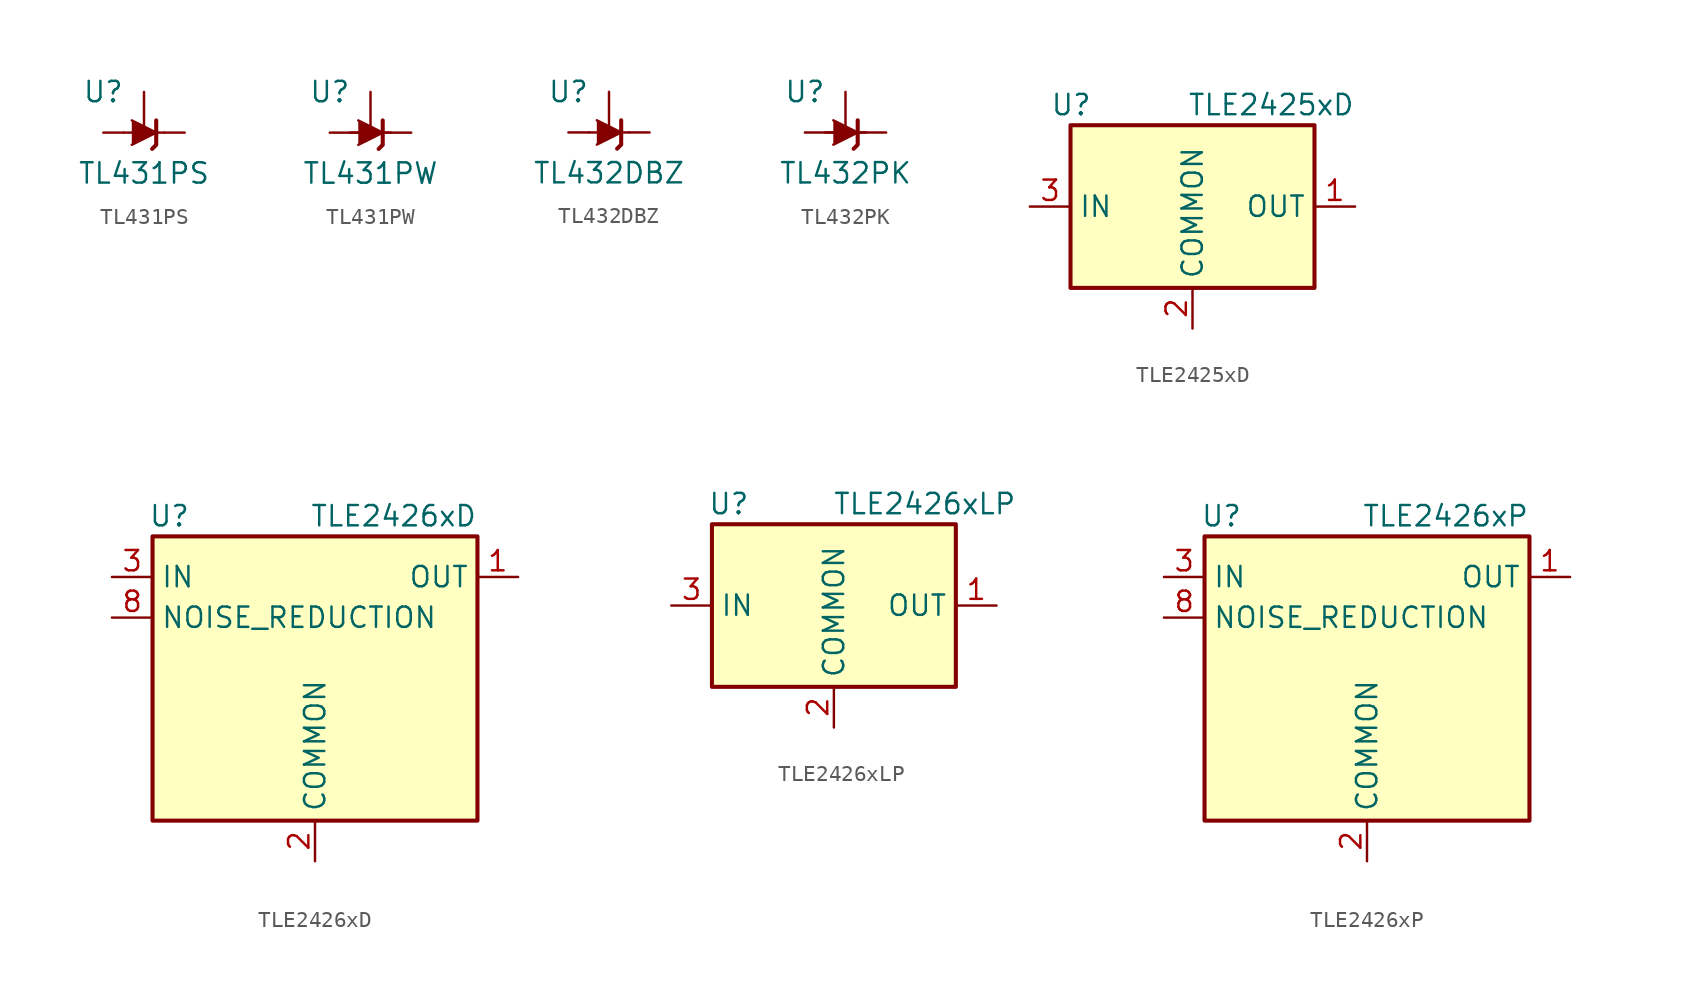
<source format=kicad_sym>
(kicad_symbol_lib
  (version 20201005)
  (generator kicad_symbol_editor)
  (symbol "Reference_Voltage:TL431PS"
    (pin_numbers hide)
    (pin_names hide)
    (property "Reference" "U"
      (at -2.54 2.54 0)
      (effects (font (size 1.27 1.27))))
    (property "Value" "TL431PS"
      (at 0 -2.54 0)
      (effects (font (size 1.27 1.27))))
    (symbol "TL431PS_0_1"
      (polyline (pts (xy -1.27 0) (xy 0 0) (xy 1.27 0)) (stroke (width 0)) (fill (type none)))
      (polyline (pts (xy -0.762 0.762) (xy 0.762 0) (xy -0.762 -0.762)) (stroke (width 0)) (fill (type outline)))
      (polyline (pts (xy 0.508 -1.016) (xy 0.762 -0.762) (xy 0.762 0.762) (xy 0.762 0.762)) (stroke (width 0.254)) (fill (type none))))
    (symbol "TL431PS_1_1"
      (pin passive line (at 2.54 0 180) (length 1.27) (name "K" (effects (font (size 1.27 1.27)))) (number "1" (effects (font (size 1.27 1.27)))))
      (pin passive line (at -2.54 0 0) (length 1.27) (name "A" (effects (font (size 1.27 1.27)))) (number "6" (effects (font (size 1.27 1.27)))))
      (pin passive line (at 0 2.54 270) (length 2.54) (name "REF" (effects (font (size 1.27 1.27)))) (number "8" (effects (font (size 1.27 1.27)))))))
  (symbol "Reference_Voltage:TL431PW"
    (pin_numbers hide)
    (pin_names hide)
    (property "Reference" "U"
      (at -2.54 2.54 0)
      (effects (font (size 1.27 1.27))))
    (property "Value" "TL431PW"
      (at 0 -2.54 0)
      (effects (font (size 1.27 1.27))))
    (symbol "TL431PW_0_1"
      (polyline (pts (xy -1.27 0) (xy 0 0) (xy 1.27 0)) (stroke (width 0)) (fill (type none)))
      (polyline (pts (xy -0.762 0.762) (xy 0.762 0) (xy -0.762 -0.762)) (stroke (width 0)) (fill (type outline)))
      (polyline (pts (xy 0.508 -1.016) (xy 0.762 -0.762) (xy 0.762 0.762) (xy 0.762 0.762)) (stroke (width 0.254)) (fill (type none))))
    (symbol "TL431PW_1_1"
      (pin passive line (at 2.54 0 180) (length 2.54) (name "K" (effects (font (size 1.27 1.27)))) (number "1" (effects (font (size 1.27 1.27)))))
      (pin passive line (at -2.54 0 0) (length 2.54) (name "A" (effects (font (size 1.27 1.27)))) (number "6" (effects (font (size 1.27 1.27)))))
      (pin passive line (at 0 2.54 270) (length 2.54) (name "REF" (effects (font (size 1.27 1.27)))) (number "8" (effects (font (size 1.27 1.27)))))))
  (symbol "Reference_Voltage:TL432DBZ"
    (pin_numbers hide)
    (pin_names hide)
    (property "Reference" "U"
      (at -2.54 2.54 0)
      (effects (font (size 1.27 1.27))))
    (property "Value" "TL432DBZ"
      (at 0 -2.54 0)
      (effects (font (size 1.27 1.27))))
    (symbol "TL432DBZ_0_1"
      (polyline (pts (xy -1.27 0) (xy 0 0) (xy 1.27 0)) (stroke (width 0)) (fill (type none)))
      (polyline (pts (xy -0.762 0.762) (xy 0.762 0) (xy -0.762 -0.762)) (stroke (width 0)) (fill (type outline)))
      (polyline (pts (xy 0.508 -1.016) (xy 0.762 -0.762) (xy 0.762 0.762) (xy 0.762 0.762)) (stroke (width 0.254)) (fill (type none))))
    (symbol "TL432DBZ_1_1"
      (pin passive line (at 0 2.54 270) (length 2.54) (name "REF" (effects (font (size 1.27 1.27)))) (number "1" (effects (font (size 1.27 1.27)))))
      (pin passive line (at 2.54 0 180) (length 1.27) (name "K" (effects (font (size 1.27 1.27)))) (number "2" (effects (font (size 1.27 1.27)))))
      (pin passive line (at -2.54 0 0) (length 1.27) (name "A" (effects (font (size 1.27 1.27)))) (number "3" (effects (font (size 1.27 1.27)))))))
  (symbol "Reference_Voltage:TL432PK"
    (pin_numbers hide)
    (pin_names hide)
    (property "Reference" "U"
      (at -2.54 2.54 0)
      (effects (font (size 1.27 1.27))))
    (property "Value" "TL432PK"
      (at 0 -2.54 0)
      (effects (font (size 1.27 1.27))))
    (symbol "TL432PK_0_1"
      (polyline (pts (xy -1.27 0) (xy 0 0) (xy 1.27 0)) (stroke (width 0)) (fill (type none)))
      (polyline (pts (xy -0.762 0.762) (xy 0.762 0) (xy -0.762 -0.762)) (stroke (width 0)) (fill (type outline)))
      (polyline (pts (xy 0.508 -1.016) (xy 0.762 -0.762) (xy 0.762 0.762) (xy 0.762 0.762)) (stroke (width 0.254)) (fill (type none))))
    (symbol "TL432PK_1_1"
      (pin passive line (at 2.54 0 180) (length 2.54) (name "K" (effects (font (size 1.27 1.27)))) (number "1" (effects (font (size 1.27 1.27)))))
      (pin passive line (at -2.54 0 0) (length 2.54) (name "A" (effects (font (size 1.27 1.27)))) (number "2" (effects (font (size 1.27 1.27)))))
      (pin passive line (at 0 2.54 270) (length 2.54) (name "REF" (effects (font (size 1.27 1.27)))) (number "3" (effects (font (size 1.27 1.27)))))))
  (symbol "Reference_Voltage:TLE2425xD"
    (property "Reference" "U"
      (at -8.89 6.35 0)
      (effects (font (size 1.27 1.27)) (justify left)))
    (property "Value" "TLE2425xD"
      (at 10.16 6.35 0)
      (effects (font (size 1.27 1.27)) (justify right)))
    (symbol "TLE2425xD_0_1"
      (rectangle (start 7.62 -5.08) (end -7.62 5.08) (stroke (width 0.254)) (fill (type background))))
    (symbol "TLE2425xD_1_1"
      (pin power_out line (at 10.16 0 180) (length 2.54) (name "OUT" (effects (font (size 1.27 1.27)))) (number "1" (effects (font (size 1.27 1.27)))))
      (pin power_in line (at 0 -7.62 90) (length 2.54) (name "COMMON" (effects (font (size 1.27 1.27)))) (number "2" (effects (font (size 1.27 1.27)))))
      (pin power_in line (at -10.16 0 0) (length 2.54) (name "IN" (effects (font (size 1.27 1.27)))) (number "3" (effects (font (size 1.27 1.27)))))
      (pin no_connect line (at -7.62 -2.54 0) (length 2.54) hide (name "NC" (effects (font (size 1.27 1.27)))) (number "4" (effects (font (size 1.27 1.27)))))
      (pin no_connect line (at -5.08 -5.08 90) (length 2.54) hide (name "NC" (effects (font (size 1.27 1.27)))) (number "5" (effects (font (size 1.27 1.27)))))
      (pin no_connect line (at 7.62 2.54 180) (length 2.54) hide (name "NC" (effects (font (size 1.27 1.27)))) (number "6" (effects (font (size 1.27 1.27)))))
      (pin no_connect line (at 7.62 -2.54 180) (length 2.54) hide (name "NC" (effects (font (size 1.27 1.27)))) (number "7" (effects (font (size 1.27 1.27)))))
      (pin no_connect line (at -7.62 2.54 0) (length 2.54) hide (name "NC" (effects (font (size 1.27 1.27)))) (number "8" (effects (font (size 1.27 1.27)))))))
  (symbol "Reference_Voltage:TLE2426xD"
    (property "Reference" "U"
      (at -10.414 8.89 0)
      (effects (font (size 1.27 1.27)) (justify left)))
    (property "Value" "TLE2426xD"
      (at 10.16 8.89 0)
      (effects (font (size 1.27 1.27)) (justify right)))
    (symbol "TLE2426xD_0_1"
      (rectangle (start -10.16 7.62) (end 10.16 -10.16) (stroke (width 0.254)) (fill (type background))))
    (symbol "TLE2426xD_1_1"
      (pin power_out line (at 12.7 5.08 180) (length 2.54) (name "OUT" (effects (font (size 1.27 1.27)))) (number "1" (effects (font (size 1.27 1.27)))))
      (pin power_in line (at 0 -12.7 90) (length 2.54) (name "COMMON" (effects (font (size 1.27 1.27)))) (number "2" (effects (font (size 1.27 1.27)))))
      (pin power_in line (at -12.7 5.08 0) (length 2.54) (name "IN" (effects (font (size 1.27 1.27)))) (number "3" (effects (font (size 1.27 1.27)))))
      (pin no_connect line (at -10.16 0 0) (length 2.54) hide (name "NC" (effects (font (size 1.27 1.27)))) (number "4" (effects (font (size 1.27 1.27)))))
      (pin no_connect line (at -10.16 -2.54 0) (length 2.54) hide (name "NC" (effects (font (size 1.27 1.27)))) (number "5" (effects (font (size 1.27 1.27)))))
      (pin no_connect line (at 10.16 0 180) (length 2.54) hide (name "NC" (effects (font (size 1.27 1.27)))) (number "6" (effects (font (size 1.27 1.27)))))
      (pin no_connect line (at 10.16 -2.54 180) (length 2.54) hide (name "NC" (effects (font (size 1.27 1.27)))) (number "7" (effects (font (size 1.27 1.27)))))
      (pin passive line (at -12.7 2.54 0) (length 2.54) (name "NOISE_REDUCTION" (effects (font (size 1.27 1.27)))) (number "8" (effects (font (size 1.27 1.27)))))))
  (symbol "Reference_Voltage:TLE2426xLP"
    (property "Reference" "U"
      (at -7.874 6.35 0)
      (effects (font (size 1.27 1.27)) (justify left)))
    (property "Value" "TLE2426xLP"
      (at 11.43 6.35 0)
      (effects (font (size 1.27 1.27)) (justify right)))
    (symbol "TLE2426xLP_0_1"
      (rectangle (start -7.62 5.08) (end 7.62 -5.08) (stroke (width 0.254)) (fill (type background))))
    (symbol "TLE2426xLP_1_1"
      (pin power_out line (at 10.16 0 180) (length 2.54) (name "OUT" (effects (font (size 1.27 1.27)))) (number "1" (effects (font (size 1.27 1.27)))))
      (pin power_in line (at 0 -7.62 90) (length 2.54) (name "COMMON" (effects (font (size 1.27 1.27)))) (number "2" (effects (font (size 1.27 1.27)))))
      (pin power_in line (at -10.16 0 0) (length 2.54) (name "IN" (effects (font (size 1.27 1.27)))) (number "3" (effects (font (size 1.27 1.27)))))))
  (symbol "Reference_Voltage:TLE2426xP"
    (property "Reference" "U"
      (at -10.414 8.89 0)
      (effects (font (size 1.27 1.27)) (justify left)))
    (property "Value" "TLE2426xP"
      (at 10.16 8.89 0)
      (effects (font (size 1.27 1.27)) (justify right)))
    (symbol "TLE2426xP_0_1"
      (rectangle (start -10.16 7.62) (end 10.16 -10.16) (stroke (width 0.254)) (fill (type background))))
    (symbol "TLE2426xP_1_1"
      (pin power_out line (at 12.7 5.08 180) (length 2.54) (name "OUT" (effects (font (size 1.27 1.27)))) (number "1" (effects (font (size 1.27 1.27)))))
      (pin power_in line (at 0 -12.7 90) (length 2.54) (name "COMMON" (effects (font (size 1.27 1.27)))) (number "2" (effects (font (size 1.27 1.27)))))
      (pin power_in line (at -12.7 5.08 0) (length 2.54) (name "IN" (effects (font (size 1.27 1.27)))) (number "3" (effects (font (size 1.27 1.27)))))
      (pin no_connect line (at -10.16 0 0) (length 2.54) hide (name "NC" (effects (font (size 1.27 1.27)))) (number "4" (effects (font (size 1.27 1.27)))))
      (pin no_connect line (at -10.16 -2.54 0) (length 2.54) hide (name "NC" (effects (font (size 1.27 1.27)))) (number "5" (effects (font (size 1.27 1.27)))))
      (pin no_connect line (at 10.16 0 180) (length 2.54) hide (name "NC" (effects (font (size 1.27 1.27)))) (number "6" (effects (font (size 1.27 1.27)))))
      (pin no_connect line (at 10.16 -2.54 180) (length 2.54) hide (name "NC" (effects (font (size 1.27 1.27)))) (number "7" (effects (font (size 1.27 1.27)))))
      (pin passive line (at -12.7 2.54 0) (length 2.54) (name "NOISE_REDUCTION" (effects (font (size 1.27 1.27)))) (number "8" (effects (font (size 1.27 1.27))))))))
</source>
